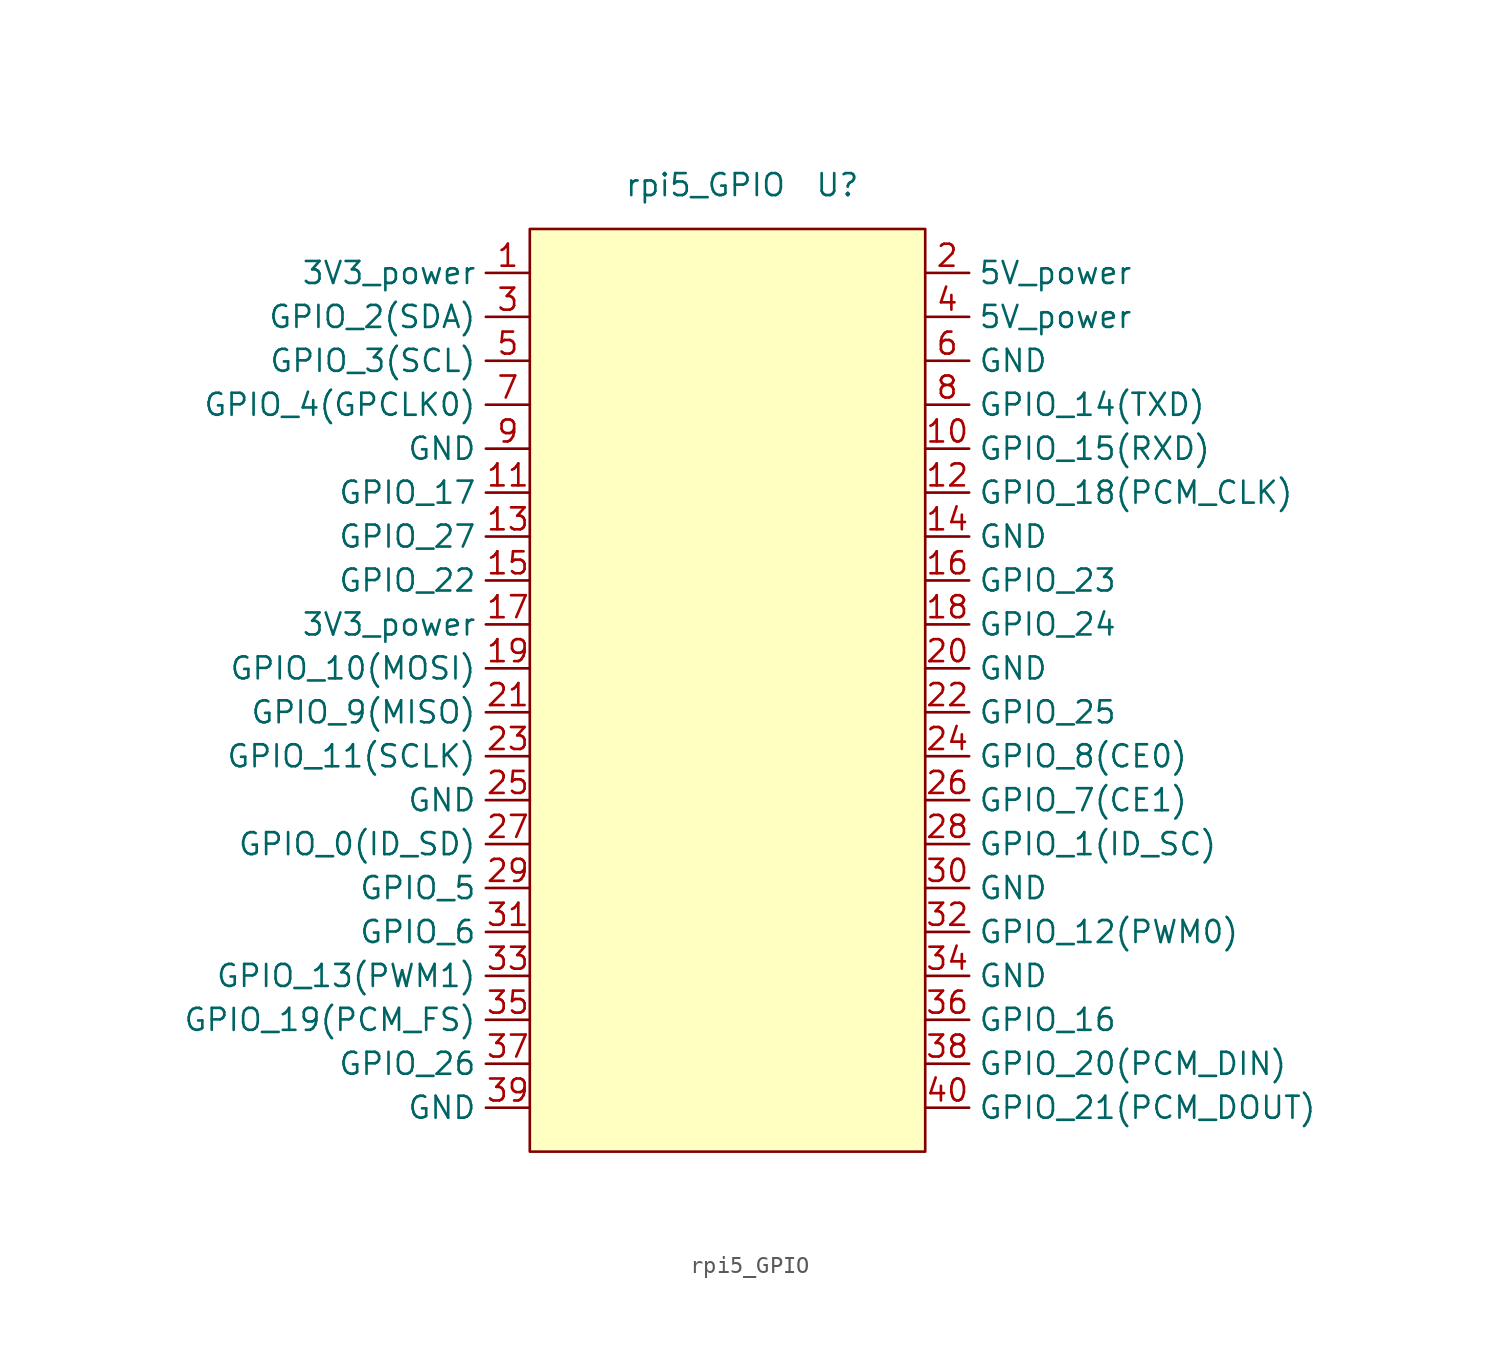
<source format=kicad_sym>
(kicad_symbol_lib
  (version 20211014)
  (generator kicad_symbol_editor)
  (symbol "rpi5_GPIO"
    (property "Reference" "U"
      (at 10.16 2.54 0)
      (effects (font (size 1.27 1.27))))
    (property "Value" "rpi5_GPIO"
      (at 2.54 2.54 0)
      (effects (font (size 1.27 1.27))))
    (symbol "rpi5_GPIO_0_0"
      (rectangle (start -7.62 0) (end 15.24 -53.34) (stroke (width 0) (type default) (color 0 0 0 0)) (fill (type background))))
    (symbol "rpi5_GPIO_1_1"
      (pin power_out line (at -7.62 -2.54 180) (length 2.54) (name "3V3_power" (effects (font (size 1.27 1.27)))) (number "1" (effects (font (size 1.27 1.27)))))
      (pin bidirectional line (at 15.24 -12.7 0) (length 2.54) (name "GPIO_15(RXD)" (effects (font (size 1.27 1.27)))) (number "10" (effects (font (size 1.27 1.27)))))
      (pin bidirectional line (at -7.62 -15.24 180) (length 2.54) (name "GPIO_17" (effects (font (size 1.27 1.27)))) (number "11" (effects (font (size 1.27 1.27)))))
      (pin bidirectional line (at 15.24 -15.24 0) (length 2.54) (name "GPIO_18(PCM_CLK)" (effects (font (size 1.27 1.27)))) (number "12" (effects (font (size 1.27 1.27)))))
      (pin bidirectional line (at -7.62 -17.78 180) (length 2.54) (name "GPIO_27" (effects (font (size 1.27 1.27)))) (number "13" (effects (font (size 1.27 1.27)))))
      (pin power_in line (at 15.24 -17.78 0) (length 2.54) (name "GND" (effects (font (size 1.27 1.27)))) (number "14" (effects (font (size 1.27 1.27)))))
      (pin bidirectional line (at -7.62 -20.32 180) (length 2.54) (name "GPIO_22" (effects (font (size 1.27 1.27)))) (number "15" (effects (font (size 1.27 1.27)))))
      (pin bidirectional line (at 15.24 -20.32 0) (length 2.54) (name "GPIO_23" (effects (font (size 1.27 1.27)))) (number "16" (effects (font (size 1.27 1.27)))))
      (pin power_out line (at -7.62 -22.86 180) (length 2.54) (name "3V3_power" (effects (font (size 1.27 1.27)))) (number "17" (effects (font (size 1.27 1.27)))))
      (pin bidirectional line (at 15.24 -22.86 0) (length 2.54) (name "GPIO_24" (effects (font (size 1.27 1.27)))) (number "18" (effects (font (size 1.27 1.27)))))
      (pin bidirectional line (at -7.62 -25.4 180) (length 2.54) (name "GPIO_10(MOSI)" (effects (font (size 1.27 1.27)))) (number "19" (effects (font (size 1.27 1.27)))))
      (pin power_in line (at 15.24 -2.54 0) (length 2.54) (name "5V_power" (effects (font (size 1.27 1.27)))) (number "2" (effects (font (size 1.27 1.27)))))
      (pin power_in line (at 15.24 -25.4 0) (length 2.54) (name "GND" (effects (font (size 1.27 1.27)))) (number "20" (effects (font (size 1.27 1.27)))))
      (pin bidirectional line (at -7.62 -27.94 180) (length 2.54) (name "GPIO_9(MISO)" (effects (font (size 1.27 1.27)))) (number "21" (effects (font (size 1.27 1.27)))))
      (pin bidirectional line (at 15.24 -27.94 0) (length 2.54) (name "GPIO_25" (effects (font (size 1.27 1.27)))) (number "22" (effects (font (size 1.27 1.27)))))
      (pin bidirectional line (at -7.62 -30.48 180) (length 2.54) (name "GPIO_11(SCLK)" (effects (font (size 1.27 1.27)))) (number "23" (effects (font (size 1.27 1.27)))))
      (pin bidirectional line (at 15.24 -30.48 0) (length 2.54) (name "GPIO_8(CE0)" (effects (font (size 1.27 1.27)))) (number "24" (effects (font (size 1.27 1.27)))))
      (pin power_out line (at -7.62 -33.02 180) (length 2.54) (name "GND" (effects (font (size 1.27 1.27)))) (number "25" (effects (font (size 1.27 1.27)))))
      (pin bidirectional line (at 15.24 -33.02 0) (length 2.54) (name "GPIO_7(CE1)" (effects (font (size 1.27 1.27)))) (number "26" (effects (font (size 1.27 1.27)))))
      (pin bidirectional line (at -7.62 -35.56 180) (length 2.54) (name "GPIO_0(ID_SD)" (effects (font (size 1.27 1.27)))) (number "27" (effects (font (size 1.27 1.27)))))
      (pin bidirectional line (at 15.24 -35.56 0) (length 2.54) (name "GPIO_1(ID_SC)" (effects (font (size 1.27 1.27)))) (number "28" (effects (font (size 1.27 1.27)))))
      (pin bidirectional line (at -7.62 -38.1 180) (length 2.54) (name "GPIO_5" (effects (font (size 1.27 1.27)))) (number "29" (effects (font (size 1.27 1.27)))))
      (pin bidirectional line (at -7.62 -5.08 180) (length 2.54) (name "GPIO_2(SDA)" (effects (font (size 1.27 1.27)))) (number "3" (effects (font (size 1.27 1.27)))))
      (pin power_in line (at 15.24 -38.1 0) (length 2.54) (name "GND" (effects (font (size 1.27 1.27)))) (number "30" (effects (font (size 1.27 1.27)))))
      (pin bidirectional line (at -7.62 -40.64 180) (length 2.54) (name "GPIO_6" (effects (font (size 1.27 1.27)))) (number "31" (effects (font (size 1.27 1.27)))))
      (pin bidirectional line (at 15.24 -40.64 0) (length 2.54) (name "GPIO_12(PWM0)" (effects (font (size 1.27 1.27)))) (number "32" (effects (font (size 1.27 1.27)))))
      (pin bidirectional line (at -7.62 -43.18 180) (length 2.54) (name "GPIO_13(PWM1)" (effects (font (size 1.27 1.27)))) (number "33" (effects (font (size 1.27 1.27)))))
      (pin power_in line (at 15.24 -43.18 0) (length 2.54) (name "GND" (effects (font (size 1.27 1.27)))) (number "34" (effects (font (size 1.27 1.27)))))
      (pin bidirectional line (at -7.62 -45.72 180) (length 2.54) (name "GPIO_19(PCM_FS)" (effects (font (size 1.27 1.27)))) (number "35" (effects (font (size 1.27 1.27)))))
      (pin bidirectional line (at 15.24 -45.72 0) (length 2.54) (name "GPIO_16" (effects (font (size 1.27 1.27)))) (number "36" (effects (font (size 1.27 1.27)))))
      (pin bidirectional line (at -7.62 -48.26 180) (length 2.54) (name "GPIO_26" (effects (font (size 1.27 1.27)))) (number "37" (effects (font (size 1.27 1.27)))))
      (pin bidirectional line (at 15.24 -48.26 0) (length 2.54) (name "GPIO_20(PCM_DIN)" (effects (font (size 1.27 1.27)))) (number "38" (effects (font (size 1.27 1.27)))))
      (pin power_in line (at -7.62 -50.8 180) (length 2.54) (name "GND" (effects (font (size 1.27 1.27)))) (number "39" (effects (font (size 1.27 1.27)))))
      (pin power_in line (at 15.24 -5.08 0) (length 2.54) (name "5V_power" (effects (font (size 1.27 1.27)))) (number "4" (effects (font (size 1.27 1.27)))))
      (pin bidirectional line (at 15.24 -50.8 0) (length 2.54) (name "GPIO_21(PCM_DOUT)" (effects (font (size 1.27 1.27)))) (number "40" (effects (font (size 1.27 1.27)))))
      (pin bidirectional line (at -7.62 -7.62 180) (length 2.54) (name "GPIO_3(SCL)" (effects (font (size 1.27 1.27)))) (number "5" (effects (font (size 1.27 1.27)))))
      (pin power_in line (at 15.24 -7.62 0) (length 2.54) (name "GND" (effects (font (size 1.27 1.27)))) (number "6" (effects (font (size 1.27 1.27)))))
      (pin bidirectional line (at -7.62 -10.16 180) (length 2.54) (name "GPIO_4(GPCLK0)" (effects (font (size 1.27 1.27)))) (number "7" (effects (font (size 1.27 1.27)))))
      (pin bidirectional line (at 15.24 -10.16 0) (length 2.54) (name "GPIO_14(TXD)" (effects (font (size 1.27 1.27)))) (number "8" (effects (font (size 1.27 1.27)))))
      (pin power_in line (at -7.62 -12.7 180) (length 2.54) (name "GND" (effects (font (size 1.27 1.27)))) (number "9" (effects (font (size 1.27 1.27))))))))
</source>
